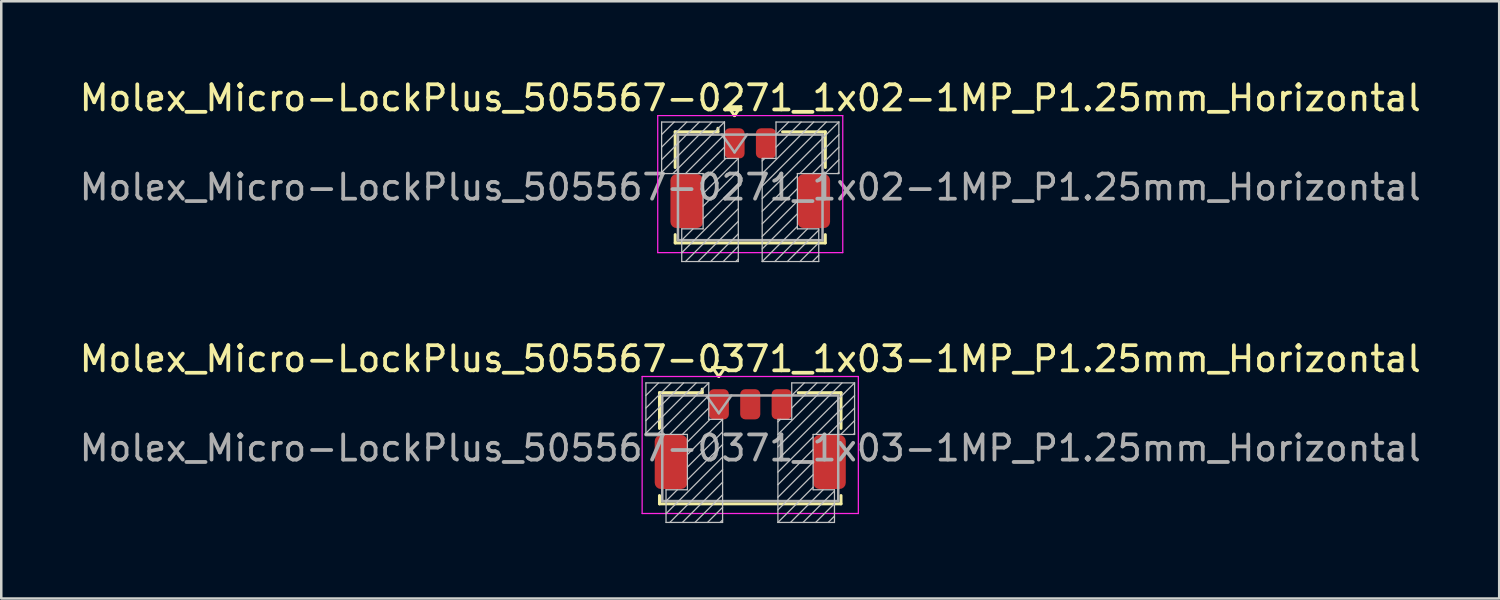
<source format=kicad_pcb>
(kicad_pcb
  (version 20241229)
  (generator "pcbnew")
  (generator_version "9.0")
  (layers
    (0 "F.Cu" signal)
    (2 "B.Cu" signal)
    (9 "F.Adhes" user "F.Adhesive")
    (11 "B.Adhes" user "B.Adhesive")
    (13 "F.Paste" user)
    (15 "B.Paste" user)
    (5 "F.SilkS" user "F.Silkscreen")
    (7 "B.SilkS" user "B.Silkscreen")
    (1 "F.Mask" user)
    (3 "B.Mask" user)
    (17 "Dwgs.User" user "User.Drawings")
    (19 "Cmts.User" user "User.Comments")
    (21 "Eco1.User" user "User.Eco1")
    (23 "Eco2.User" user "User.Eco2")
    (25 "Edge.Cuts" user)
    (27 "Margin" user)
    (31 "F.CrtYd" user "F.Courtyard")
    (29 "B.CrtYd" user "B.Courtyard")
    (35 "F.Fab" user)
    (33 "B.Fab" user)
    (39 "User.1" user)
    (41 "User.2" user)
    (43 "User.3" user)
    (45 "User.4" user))
  (footprint "Molex_Micro-LockPlus_505567-0271_1x02-1MP_P1.25mm_Horizontal"
    (layer "F.Cu")
    (at 26.792 4.038)
    (property "Reference" "Molex_Micro-LockPlus_505567-0271_1x02-1MP_P1.25mm_Horizontal" (at 0 -3.19 0) (layer "F.SilkS") (effects (font (size 1 1) (thickness 0.15))))
    (attr smd)
    (fp_line (start -2.985 -1.845) (end -1.285 -1.845) (stroke (width 0.12) (type solid)) (layer "F.SilkS"))
    (fp_line (start -2.985 -0.425) (end -2.985 -1.845) (stroke (width 0.12) (type solid)) (layer "F.SilkS"))
    (fp_line (start -2.985 2.245) (end -2.985 2.575) (stroke (width 0.12) (type solid)) (layer "F.SilkS"))
    (fp_line (start -2.985 2.575) (end 2.985 2.575) (stroke (width 0.12) (type solid)) (layer "F.SilkS"))
    (fp_line (start -1.285 -1.845) (end -1.285 -1.985) (stroke (width 0.12) (type solid)) (layer "F.SilkS"))
    (fp_line (start -0.875 -2.844) (end -0.625 -2.49) (stroke (width 0.12) (type solid)) (layer "F.SilkS"))
    (fp_line (start -0.625 -2.49) (end -0.375 -2.844) (stroke (width 0.12) (type solid)) (layer "F.SilkS"))
    (fp_line (start -0.375 -2.844) (end -0.875 -2.844) (stroke (width 0.12) (type solid)) (layer "F.SilkS"))
    (fp_line (start 2.985 -1.845) (end 1.285 -1.845) (stroke (width 0.12) (type solid)) (layer "F.SilkS"))
    (fp_line (start 2.985 -0.425) (end 2.985 -1.845) (stroke (width 0.12) (type solid)) (layer "F.SilkS"))
    (fp_line (start 2.985 2.575) (end 2.985 2.245) (stroke (width 0.12) (type solid)) (layer "F.SilkS"))
    (fp_line (start -3.525 -2.235) (end -1.025 -2.235) (stroke (width 0.05) (type solid)) (layer "Dwgs.User"))
    (fp_line (start -3.525 -0.185) (end -3.525 -2.235) (stroke (width 0.05) (type solid)) (layer "Dwgs.User"))
    (fp_line (start -3.025 -2.235) (end -3.525 -1.735) (stroke (width 0.05) (type solid)) (layer "Dwgs.User"))
    (fp_line (start -2.725 2.015) (end -1.875 2.015) (stroke (width 0.05) (type solid)) (layer "Dwgs.User"))
    (fp_line (start -2.725 3.315) (end -2.725 2.015) (stroke (width 0.05) (type solid)) (layer "Dwgs.User"))
    (fp_line (start -2.525 -2.235) (end -3.525 -1.235) (stroke (width 0.05) (type solid)) (layer "Dwgs.User"))
    (fp_line (start -2.275 2.015) (end -2.725 2.465) (stroke (width 0.05) (type solid)) (layer "Dwgs.User"))
    (fp_line (start -2.025 -2.235) (end -3.525 -0.735) (stroke (width 0.05) (type solid)) (layer "Dwgs.User"))
    (fp_line (start -1.875 -0.185) (end -3.525 -0.185) (stroke (width 0.05) (type solid)) (layer "Dwgs.User"))
    (fp_line (start -1.875 2.015) (end -1.875 -0.185) (stroke (width 0.05) (type solid)) (layer "Dwgs.User"))
    (fp_line (start -1.525 -2.235) (end -3.525 -0.235) (stroke (width 0.05) (type solid)) (layer "Dwgs.User"))
    (fp_line (start -1.025 -2.235) (end -3.075 -0.185) (stroke (width 0.05) (type solid)) (layer "Dwgs.User"))
    (fp_line (start -1.025 -2.235) (end -1.025 -0.785) (stroke (width 0.05) (type solid)) (layer "Dwgs.User"))
    (fp_line (start -1.025 -1.735) (end -2.575 -0.185) (stroke (width 0.05) (type solid)) (layer "Dwgs.User"))
    (fp_line (start -1.025 -1.235) (end -2.075 -0.185) (stroke (width 0.05) (type solid)) (layer "Dwgs.User"))
    (fp_line (start -1.025 -0.785) (end -0.475 -0.785) (stroke (width 0.05) (type solid)) (layer "Dwgs.User"))
    (fp_line (start -0.975 -0.785) (end -1.875 0.115) (stroke (width 0.05) (type solid)) (layer "Dwgs.User"))
    (fp_line (start -0.475 -0.785) (end -1.875 0.615) (stroke (width 0.05) (type solid)) (layer "Dwgs.User"))
    (fp_line (start -0.475 -0.785) (end -0.475 3.315) (stroke (width 0.05) (type solid)) (layer "Dwgs.User"))
    (fp_line (start -0.475 -0.285) (end -1.875 1.115) (stroke (width 0.05) (type solid)) (layer "Dwgs.User"))
    (fp_line (start -0.475 0.215) (end -1.875 1.615) (stroke (width 0.05) (type solid)) (layer "Dwgs.User"))
    (fp_line (start -0.475 0.715) (end -2.725 2.965) (stroke (width 0.05) (type solid)) (layer "Dwgs.User"))
    (fp_line (start -0.475 1.215) (end -2.575 3.315) (stroke (width 0.05) (type solid)) (layer "Dwgs.User"))
    (fp_line (start -0.475 1.715) (end -2.075 3.315) (stroke (width 0.05) (type solid)) (layer "Dwgs.User"))
    (fp_line (start -0.475 2.215) (end -1.575 3.315) (stroke (width 0.05) (type solid)) (layer "Dwgs.User"))
    (fp_line (start -0.475 2.715) (end -1.075 3.315) (stroke (width 0.05) (type solid)) (layer "Dwgs.User"))
    (fp_line (start -0.475 3.215) (end -0.575 3.315) (stroke (width 0.05) (type solid)) (layer "Dwgs.User"))
    (fp_line (start -0.475 3.315) (end -2.725 3.315) (stroke (width 0.05) (type solid)) (layer "Dwgs.User"))
    (fp_line (start 0.475 -0.785) (end 0.475 3.315) (stroke (width 0.05) (type solid)) (layer "Dwgs.User"))
    (fp_line (start 0.475 3.315) (end 2.725 3.315) (stroke (width 0.05) (type solid)) (layer "Dwgs.User"))
    (fp_line (start 0.575 -0.785) (end 0.475 -0.685) (stroke (width 0.05) (type solid)) (layer "Dwgs.User"))
    (fp_line (start 1.025 -2.235) (end 1.025 -0.785) (stroke (width 0.05) (type solid)) (layer "Dwgs.User"))
    (fp_line (start 1.025 -0.785) (end 0.475 -0.785) (stroke (width 0.05) (type solid)) (layer "Dwgs.User"))
    (fp_line (start 1.525 -2.235) (end 1.025 -1.735) (stroke (width 0.05) (type solid)) (layer "Dwgs.User"))
    (fp_line (start 1.875 -0.185) (end 3.525 -0.185) (stroke (width 0.05) (type solid)) (layer "Dwgs.User"))
    (fp_line (start 1.875 -0.085) (end 0.475 1.315) (stroke (width 0.05) (type solid)) (layer "Dwgs.User"))
    (fp_line (start 1.875 0.415) (end 0.475 1.815) (stroke (width 0.05) (type solid)) (layer "Dwgs.User"))
    (fp_line (start 1.875 0.915) (end 0.475 2.315) (stroke (width 0.05) (type solid)) (layer "Dwgs.User"))
    (fp_line (start 1.875 1.415) (end 0.475 2.815) (stroke (width 0.05) (type solid)) (layer "Dwgs.User"))
    (fp_line (start 1.875 1.915) (end 0.475 3.315) (stroke (width 0.05) (type solid)) (layer "Dwgs.User"))
    (fp_line (start 1.875 2.015) (end 1.875 -0.185) (stroke (width 0.05) (type solid)) (layer "Dwgs.User"))
    (fp_line (start 2.025 -2.235) (end 1.025 -1.235) (stroke (width 0.05) (type solid)) (layer "Dwgs.User"))
    (fp_line (start 2.275 2.015) (end 0.975 3.315) (stroke (width 0.05) (type solid)) (layer "Dwgs.User"))
    (fp_line (start 2.525 -2.235) (end 0.475 -0.185) (stroke (width 0.05) (type solid)) (layer "Dwgs.User"))
    (fp_line (start 2.725 2.015) (end 1.875 2.015) (stroke (width 0.05) (type solid)) (layer "Dwgs.User"))
    (fp_line (start 2.725 2.065) (end 1.475 3.315) (stroke (width 0.05) (type solid)) (layer "Dwgs.User"))
    (fp_line (start 2.725 2.565) (end 1.975 3.315) (stroke (width 0.05) (type solid)) (layer "Dwgs.User"))
    (fp_line (start 2.725 3.065) (end 2.475 3.315) (stroke (width 0.05) (type solid)) (layer "Dwgs.User"))
    (fp_line (start 2.725 3.315) (end 2.725 2.015) (stroke (width 0.05) (type solid)) (layer "Dwgs.User"))
    (fp_line (start 3.025 -2.235) (end 0.475 0.315) (stroke (width 0.05) (type solid)) (layer "Dwgs.User"))
    (fp_line (start 3.525 -2.235) (end 0.475 0.815) (stroke (width 0.05) (type solid)) (layer "Dwgs.User"))
    (fp_line (start 3.525 -2.235) (end 1.025 -2.235) (stroke (width 0.05) (type solid)) (layer "Dwgs.User"))
    (fp_line (start 3.525 -1.735) (end 1.975 -0.185) (stroke (width 0.05) (type solid)) (layer "Dwgs.User"))
    (fp_line (start 3.525 -1.235) (end 2.475 -0.185) (stroke (width 0.05) (type solid)) (layer "Dwgs.User"))
    (fp_line (start 3.525 -0.735) (end 2.975 -0.185) (stroke (width 0.05) (type solid)) (layer "Dwgs.User"))
    (fp_line (start 3.525 -0.235) (end 3.475 -0.185) (stroke (width 0.05) (type solid)) (layer "Dwgs.User"))
    (fp_line (start 3.525 -0.185) (end 3.525 -2.235) (stroke (width 0.05) (type solid)) (layer "Dwgs.User"))
    (fp_line (start -3.68 -2.49) (end -3.68 2.96) (stroke (width 0.05) (type solid)) (layer "F.CrtYd"))
    (fp_line (start -3.68 2.96) (end 3.68 2.96) (stroke (width 0.05) (type solid)) (layer "F.CrtYd"))
    (fp_line (start 3.68 -2.49) (end -3.68 -2.49) (stroke (width 0.05) (type solid)) (layer "F.CrtYd"))
    (fp_line (start 3.68 2.96) (end 3.68 -2.49) (stroke (width 0.05) (type solid)) (layer "F.CrtYd"))
    (fp_line (start -2.875 -1.735) (end -2.875 2.465) (stroke (width 0.1) (type solid)) (layer "F.Fab"))
    (fp_line (start -2.875 -1.735) (end 2.875 -1.735) (stroke (width 0.1) (type solid)) (layer "F.Fab"))
    (fp_line (start -2.875 2.465) (end 2.875 2.465) (stroke (width 0.1) (type solid)) (layer "F.Fab"))
    (fp_line (start -1.125 -1.735) (end -0.625 -1.028) (stroke (width 0.1) (type solid)) (layer "F.Fab"))
    (fp_line (start -0.625 -1.028) (end -0.125 -1.735) (stroke (width 0.1) (type solid)) (layer "F.Fab"))
    (fp_line (start 2.875 -1.735) (end 2.875 2.465) (stroke (width 0.1) (type solid)) (layer "F.Fab"))
    (fp_text user "${REFERENCE}" (at 0 0.36 0) (layer "F.Fab") (effects (font (size 1 1) (thickness 0.15))))
    (pad "1" smd roundrect (at -0.625 -1.385) (size 0.8 1.2) (layers "F.Cu" "F.Mask" "F.Paste") (roundrect_rratio 0.25))
    (pad "2" smd roundrect (at 0.625 -1.385) (size 0.8 1.2) (layers "F.Cu" "F.Mask" "F.Paste") (roundrect_rratio 0.25))
    (pad "MP" smd roundrect (at -2.525 0.91) (size 1.3 2.15) (layers "F.Cu" "F.Mask" "F.Paste") (roundrect_rratio 0.192))
    (pad "MP" smd roundrect (at 2.525 0.91) (size 1.3 2.15) (layers "F.Cu" "F.Mask" "F.Paste") (roundrect_rratio 0.192)))
  (footprint "Molex_Micro-LockPlus_505567-0371_1x03-1MP_P1.25mm_Horizontal"
    (layer "F.Cu")
    (at 26.792 14.416)
    (property "Reference" "Molex_Micro-LockPlus_505567-0371_1x03-1MP_P1.25mm_Horizontal" (at 0 -3.19 0) (layer "F.SilkS") (effects (font (size 1 1) (thickness 0.15))))
    (attr smd)
    (fp_line (start -3.61 -1.845) (end -1.91 -1.845) (stroke (width 0.12) (type solid)) (layer "F.SilkS"))
    (fp_line (start -3.61 -0.425) (end -3.61 -1.845) (stroke (width 0.12) (type solid)) (layer "F.SilkS"))
    (fp_line (start -3.61 2.245) (end -3.61 2.575) (stroke (width 0.12) (type solid)) (layer "F.SilkS"))
    (fp_line (start -3.61 2.575) (end 3.61 2.575) (stroke (width 0.12) (type solid)) (layer "F.SilkS"))
    (fp_line (start -1.91 -1.845) (end -1.91 -1.985) (stroke (width 0.12) (type solid)) (layer "F.SilkS"))
    (fp_line (start -1.5 -2.844) (end -1.25 -2.49) (stroke (width 0.12) (type solid)) (layer "F.SilkS"))
    (fp_line (start -1.25 -2.49) (end -1 -2.844) (stroke (width 0.12) (type solid)) (layer "F.SilkS"))
    (fp_line (start -1 -2.844) (end -1.5 -2.844) (stroke (width 0.12) (type solid)) (layer "F.SilkS"))
    (fp_line (start 3.61 -1.845) (end 1.91 -1.845) (stroke (width 0.12) (type solid)) (layer "F.SilkS"))
    (fp_line (start 3.61 -0.425) (end 3.61 -1.845) (stroke (width 0.12) (type solid)) (layer "F.SilkS"))
    (fp_line (start 3.61 2.575) (end 3.61 2.245) (stroke (width 0.12) (type solid)) (layer "F.SilkS"))
    (fp_line (start -4.15 -2.235) (end -1.65 -2.235) (stroke (width 0.05) (type solid)) (layer "Dwgs.User"))
    (fp_line (start -4.15 -0.185) (end -4.15 -2.235) (stroke (width 0.05) (type solid)) (layer "Dwgs.User"))
    (fp_line (start -3.65 -2.235) (end -4.15 -1.735) (stroke (width 0.05) (type solid)) (layer "Dwgs.User"))
    (fp_line (start -3.35 2.015) (end -2.5 2.015) (stroke (width 0.05) (type solid)) (layer "Dwgs.User"))
    (fp_line (start -3.35 3.315) (end -3.35 2.015) (stroke (width 0.05) (type solid)) (layer "Dwgs.User"))
    (fp_line (start -3.15 -2.235) (end -4.15 -1.235) (stroke (width 0.05) (type solid)) (layer "Dwgs.User"))
    (fp_line (start -2.9 2.015) (end -3.35 2.465) (stroke (width 0.05) (type solid)) (layer "Dwgs.User"))
    (fp_line (start -2.65 -2.235) (end -4.15 -0.735) (stroke (width 0.05) (type solid)) (layer "Dwgs.User"))
    (fp_line (start -2.5 -0.185) (end -4.15 -0.185) (stroke (width 0.05) (type solid)) (layer "Dwgs.User"))
    (fp_line (start -2.5 2.015) (end -2.5 -0.185) (stroke (width 0.05) (type solid)) (layer "Dwgs.User"))
    (fp_line (start -2.15 -2.235) (end -4.15 -0.235) (stroke (width 0.05) (type solid)) (layer "Dwgs.User"))
    (fp_line (start -1.65 -2.235) (end -3.7 -0.185) (stroke (width 0.05) (type solid)) (layer "Dwgs.User"))
    (fp_line (start -1.65 -2.235) (end -1.65 -0.785) (stroke (width 0.05) (type solid)) (layer "Dwgs.User"))
    (fp_line (start -1.65 -1.735) (end -3.2 -0.185) (stroke (width 0.05) (type solid)) (layer "Dwgs.User"))
    (fp_line (start -1.65 -1.235) (end -2.7 -0.185) (stroke (width 0.05) (type solid)) (layer "Dwgs.User"))
    (fp_line (start -1.65 -0.785) (end -1.1 -0.785) (stroke (width 0.05) (type solid)) (layer "Dwgs.User"))
    (fp_line (start -1.6 -0.785) (end -2.5 0.115) (stroke (width 0.05) (type solid)) (layer "Dwgs.User"))
    (fp_line (start -1.1 -0.785) (end -2.5 0.615) (stroke (width 0.05) (type solid)) (layer "Dwgs.User"))
    (fp_line (start -1.1 -0.785) (end -1.1 3.315) (stroke (width 0.05) (type solid)) (layer "Dwgs.User"))
    (fp_line (start -1.1 -0.285) (end -2.5 1.115) (stroke (width 0.05) (type solid)) (layer "Dwgs.User"))
    (fp_line (start -1.1 0.215) (end -2.5 1.615) (stroke (width 0.05) (type solid)) (layer "Dwgs.User"))
    (fp_line (start -1.1 0.715) (end -3.35 2.965) (stroke (width 0.05) (type solid)) (layer "Dwgs.User"))
    (fp_line (start -1.1 1.215) (end -3.2 3.315) (stroke (width 0.05) (type solid)) (layer "Dwgs.User"))
    (fp_line (start -1.1 1.715) (end -2.7 3.315) (stroke (width 0.05) (type solid)) (layer "Dwgs.User"))
    (fp_line (start -1.1 2.215) (end -2.2 3.315) (stroke (width 0.05) (type solid)) (layer "Dwgs.User"))
    (fp_line (start -1.1 2.715) (end -1.7 3.315) (stroke (width 0.05) (type solid)) (layer "Dwgs.User"))
    (fp_line (start -1.1 3.215) (end -1.2 3.315) (stroke (width 0.05) (type solid)) (layer "Dwgs.User"))
    (fp_line (start -1.1 3.315) (end -3.35 3.315) (stroke (width 0.05) (type solid)) (layer "Dwgs.User"))
    (fp_line (start 1.1 -0.785) (end 1.1 3.315) (stroke (width 0.05) (type solid)) (layer "Dwgs.User"))
    (fp_line (start 1.1 3.315) (end 3.35 3.315) (stroke (width 0.05) (type solid)) (layer "Dwgs.User"))
    (fp_line (start 1.2 -0.785) (end 1.1 -0.685) (stroke (width 0.05) (type solid)) (layer "Dwgs.User"))
    (fp_line (start 1.65 -2.235) (end 1.65 -0.785) (stroke (width 0.05) (type solid)) (layer "Dwgs.User"))
    (fp_line (start 1.65 -0.785) (end 1.1 -0.785) (stroke (width 0.05) (type solid)) (layer "Dwgs.User"))
    (fp_line (start 2.15 -2.235) (end 1.65 -1.735) (stroke (width 0.05) (type solid)) (layer "Dwgs.User"))
    (fp_line (start 2.5 -0.185) (end 4.15 -0.185) (stroke (width 0.05) (type solid)) (layer "Dwgs.User"))
    (fp_line (start 2.5 -0.085) (end 1.1 1.315) (stroke (width 0.05) (type solid)) (layer "Dwgs.User"))
    (fp_line (start 2.5 0.415) (end 1.1 1.815) (stroke (width 0.05) (type solid)) (layer "Dwgs.User"))
    (fp_line (start 2.5 0.915) (end 1.1 2.315) (stroke (width 0.05) (type solid)) (layer "Dwgs.User"))
    (fp_line (start 2.5 1.415) (end 1.1 2.815) (stroke (width 0.05) (type solid)) (layer "Dwgs.User"))
    (fp_line (start 2.5 1.915) (end 1.1 3.315) (stroke (width 0.05) (type solid)) (layer "Dwgs.User"))
    (fp_line (start 2.5 2.015) (end 2.5 -0.185) (stroke (width 0.05) (type solid)) (layer "Dwgs.User"))
    (fp_line (start 2.65 -2.235) (end 1.65 -1.235) (stroke (width 0.05) (type solid)) (layer "Dwgs.User"))
    (fp_line (start 2.9 2.015) (end 1.6 3.315) (stroke (width 0.05) (type solid)) (layer "Dwgs.User"))
    (fp_line (start 3.15 -2.235) (end 1.1 -0.185) (stroke (width 0.05) (type solid)) (layer "Dwgs.User"))
    (fp_line (start 3.35 2.015) (end 2.5 2.015) (stroke (width 0.05) (type solid)) (layer "Dwgs.User"))
    (fp_line (start 3.35 2.065) (end 2.1 3.315) (stroke (width 0.05) (type solid)) (layer "Dwgs.User"))
    (fp_line (start 3.35 2.565) (end 2.6 3.315) (stroke (width 0.05) (type solid)) (layer "Dwgs.User"))
    (fp_line (start 3.35 3.065) (end 3.1 3.315) (stroke (width 0.05) (type solid)) (layer "Dwgs.User"))
    (fp_line (start 3.35 3.315) (end 3.35 2.015) (stroke (width 0.05) (type solid)) (layer "Dwgs.User"))
    (fp_line (start 3.65 -2.235) (end 1.1 0.315) (stroke (width 0.05) (type solid)) (layer "Dwgs.User"))
    (fp_line (start 4.15 -2.235) (end 1.1 0.815) (stroke (width 0.05) (type solid)) (layer "Dwgs.User"))
    (fp_line (start 4.15 -2.235) (end 1.65 -2.235) (stroke (width 0.05) (type solid)) (layer "Dwgs.User"))
    (fp_line (start 4.15 -1.735) (end 2.6 -0.185) (stroke (width 0.05) (type solid)) (layer "Dwgs.User"))
    (fp_line (start 4.15 -1.235) (end 3.1 -0.185) (stroke (width 0.05) (type solid)) (layer "Dwgs.User"))
    (fp_line (start 4.15 -0.735) (end 3.6 -0.185) (stroke (width 0.05) (type solid)) (layer "Dwgs.User"))
    (fp_line (start 4.15 -0.235) (end 4.1 -0.185) (stroke (width 0.05) (type solid)) (layer "Dwgs.User"))
    (fp_line (start 4.15 -0.185) (end 4.15 -2.235) (stroke (width 0.05) (type solid)) (layer "Dwgs.User"))
    (fp_line (start -4.3 -2.49) (end -4.3 2.96) (stroke (width 0.05) (type solid)) (layer "F.CrtYd"))
    (fp_line (start -4.3 2.96) (end 4.3 2.96) (stroke (width 0.05) (type solid)) (layer "F.CrtYd"))
    (fp_line (start 4.3 -2.49) (end -4.3 -2.49) (stroke (width 0.05) (type solid)) (layer "F.CrtYd"))
    (fp_line (start 4.3 2.96) (end 4.3 -2.49) (stroke (width 0.05) (type solid)) (layer "F.CrtYd"))
    (fp_line (start -3.5 -1.735) (end -3.5 2.465) (stroke (width 0.1) (type solid)) (layer "F.Fab"))
    (fp_line (start -3.5 -1.735) (end 3.5 -1.735) (stroke (width 0.1) (type solid)) (layer "F.Fab"))
    (fp_line (start -3.5 2.465) (end 3.5 2.465) (stroke (width 0.1) (type solid)) (layer "F.Fab"))
    (fp_line (start -1.75 -1.735) (end -1.25 -1.028) (stroke (width 0.1) (type solid)) (layer "F.Fab"))
    (fp_line (start -1.25 -1.028) (end -0.75 -1.735) (stroke (width 0.1) (type solid)) (layer "F.Fab"))
    (fp_line (start 3.5 -1.735) (end 3.5 2.465) (stroke (width 0.1) (type solid)) (layer "F.Fab"))
    (fp_text user "${REFERENCE}" (at 0 0.36 0) (layer "F.Fab") (effects (font (size 1 1) (thickness 0.15))))
    (pad "1" smd roundrect (at -1.25 -1.385) (size 0.8 1.2) (layers "F.Cu" "F.Mask" "F.Paste") (roundrect_rratio 0.25))
    (pad "2" smd roundrect (at 0 -1.385) (size 0.8 1.2) (layers "F.Cu" "F.Mask" "F.Paste") (roundrect_rratio 0.25))
    (pad "3" smd roundrect (at 1.25 -1.385) (size 0.8 1.2) (layers "F.Cu" "F.Mask" "F.Paste") (roundrect_rratio 0.25))
    (pad "MP" smd roundrect (at -3.15 0.91) (size 1.3 2.15) (layers "F.Cu" "F.Mask" "F.Paste") (roundrect_rratio 0.192))
    (pad "MP" smd roundrect (at 3.15 0.91) (size 1.3 2.15) (layers "F.Cu" "F.Mask" "F.Paste") (roundrect_rratio 0.192)))
  (gr_rect
    (start -3 -3)
    (end 56.583 20.756)
    (stroke (width 0.1) (type default))
    (fill no)
    (layer "Edge.Cuts")))
</source>
